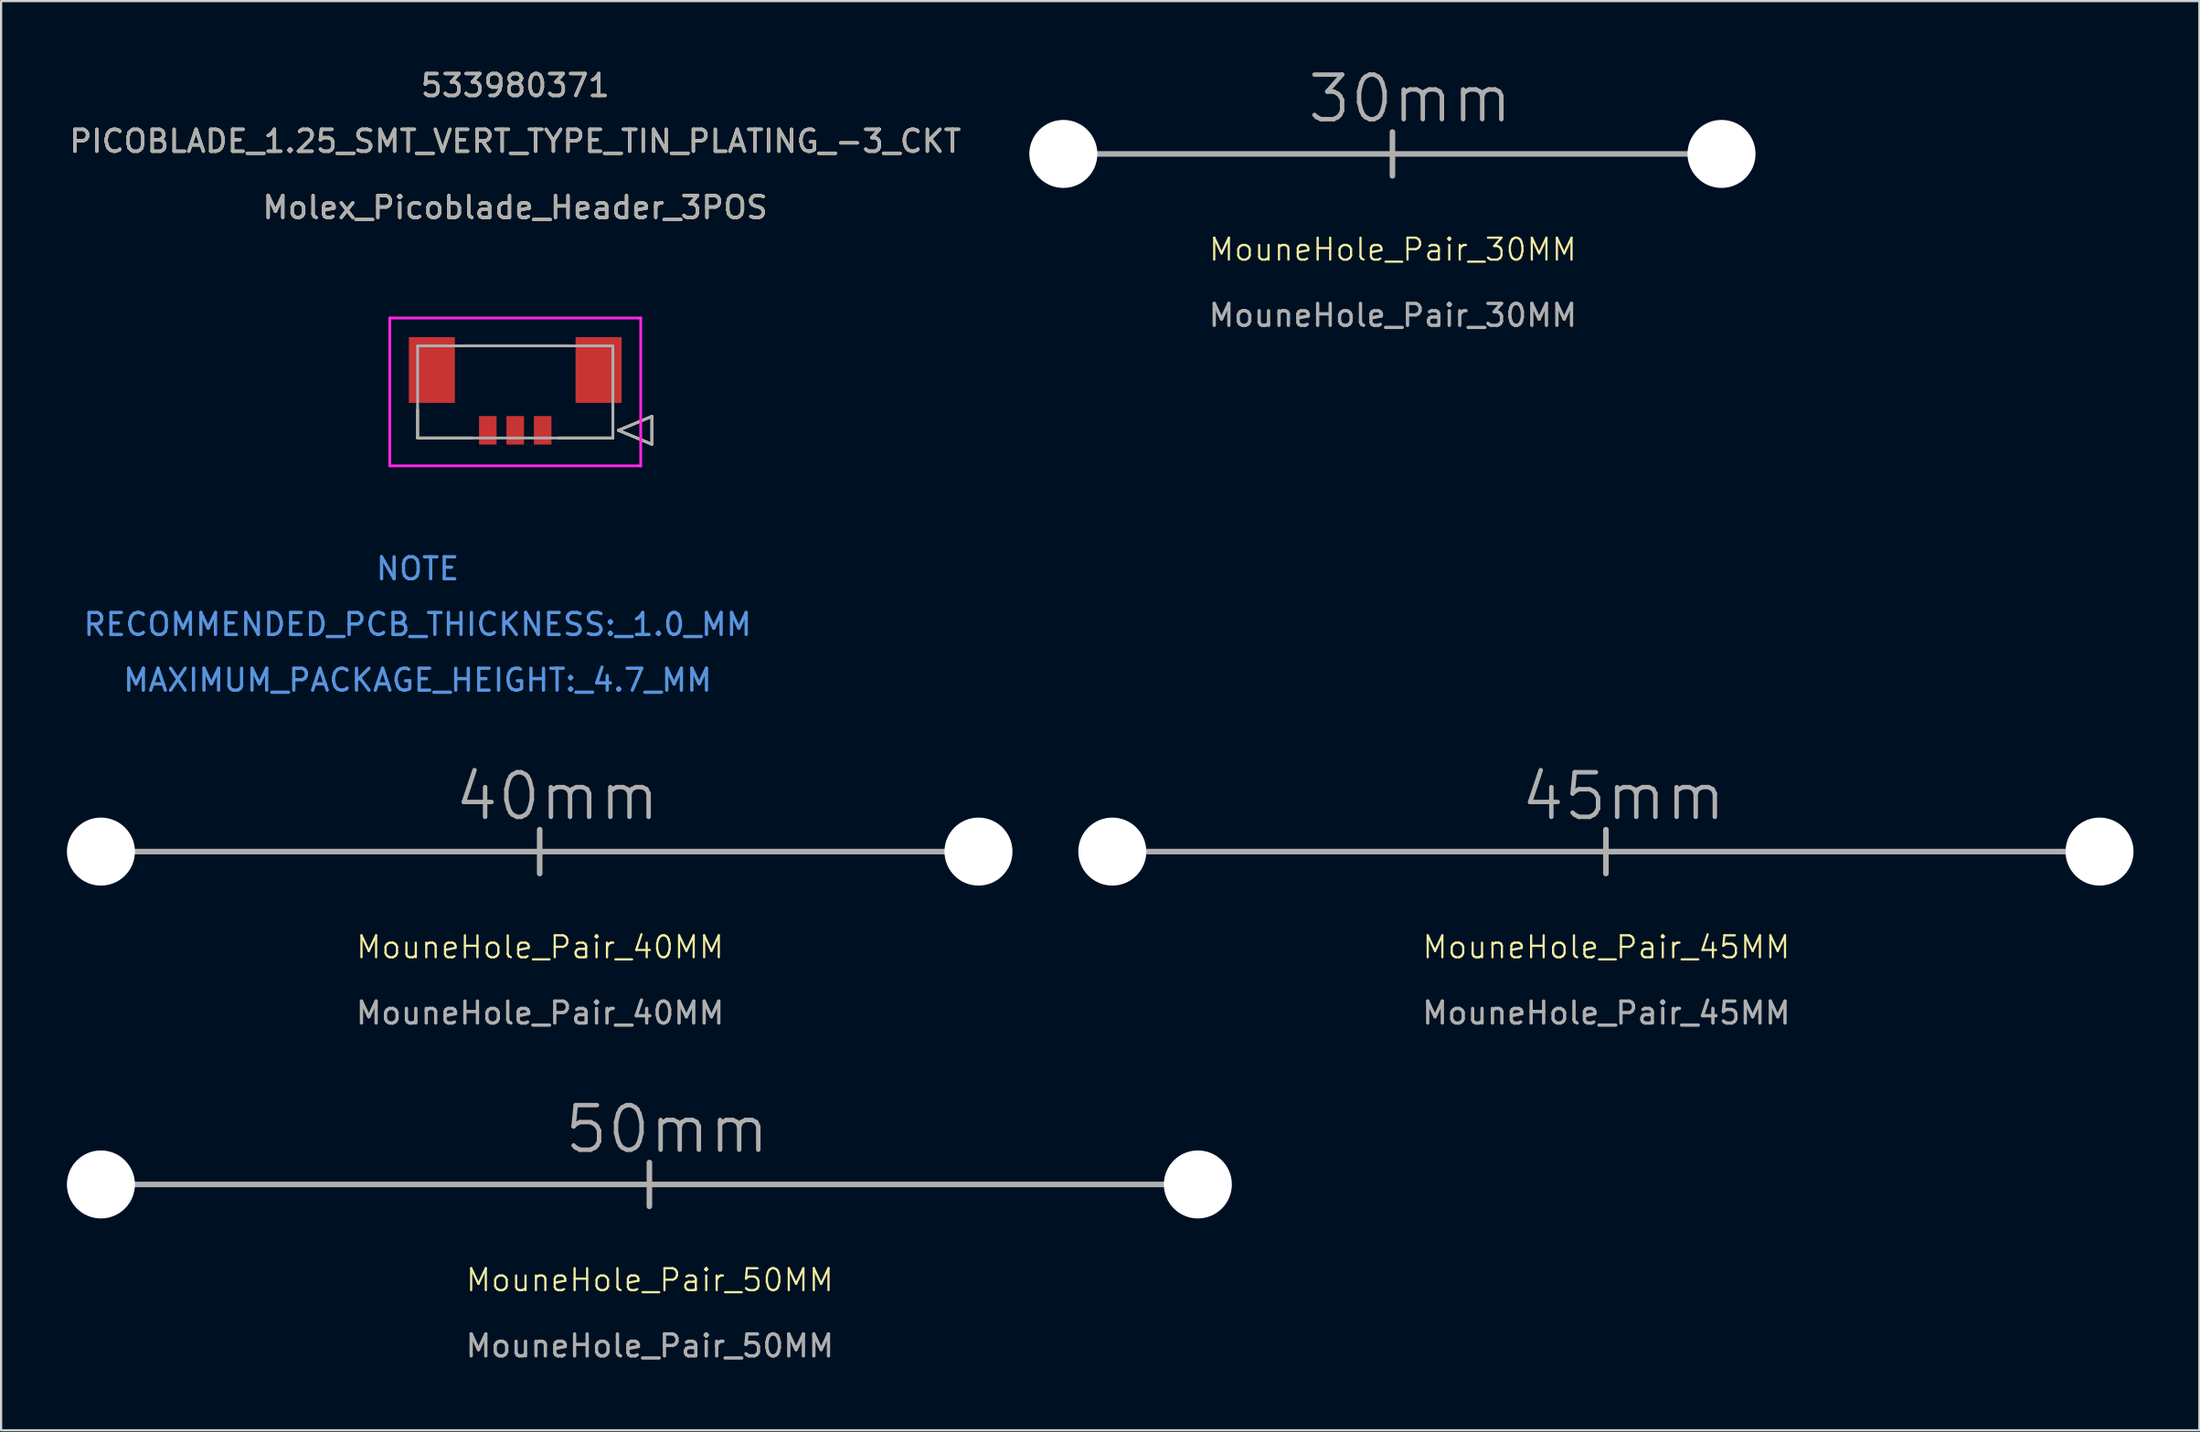
<source format=kicad_pcb>
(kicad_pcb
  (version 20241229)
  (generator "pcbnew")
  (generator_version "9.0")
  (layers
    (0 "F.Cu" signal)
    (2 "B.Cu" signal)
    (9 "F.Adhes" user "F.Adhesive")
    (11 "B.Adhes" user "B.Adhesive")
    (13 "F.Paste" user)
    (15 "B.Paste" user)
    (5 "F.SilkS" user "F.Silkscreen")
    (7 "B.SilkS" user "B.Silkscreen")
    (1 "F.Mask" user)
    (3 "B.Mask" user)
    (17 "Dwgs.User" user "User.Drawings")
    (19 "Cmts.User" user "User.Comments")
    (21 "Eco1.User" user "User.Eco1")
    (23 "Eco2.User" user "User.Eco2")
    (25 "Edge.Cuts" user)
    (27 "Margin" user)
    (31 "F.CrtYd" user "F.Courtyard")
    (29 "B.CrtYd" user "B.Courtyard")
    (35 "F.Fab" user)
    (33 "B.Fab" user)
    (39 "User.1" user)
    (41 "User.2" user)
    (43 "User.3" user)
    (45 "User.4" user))
  (footprint "MouneHole_Pair_45MM"
    (layer "F.Cu")
    (at 70.15 35.773)
    (property "Reference" "MouneHole_Pair_45MM" (at 0.02 4.36 0) (unlocked yes) (layer "F.SilkS") (effects (font (size 1 1) (thickness 0.1))))
    (attr through_hole)
    (fp_line (start -22.5 0) (end 22.5 0) (stroke (width 0.254) (type solid)) (layer "F.Fab"))
    (fp_line (start 0 1) (end 0 -1) (stroke (width 0.254) (type solid)) (layer "F.Fab"))
    (fp_text user "45mm" (at -3.975 -1.325 0) (unlocked yes) (layer "F.Fab") (effects (font (size 2.032 2.032) (thickness 0.203)) (justify left bottom)))
    (fp_text user "${REFERENCE}" (at 0.02 7.36 0) (unlocked yes) (layer "F.Fab") (effects (font (size 1 1) (thickness 0.15))))
    (pad "" np_thru_hole circle (at -22.5 0) (size 3.1 3.1) (drill 3.1) (layers "*.Cu" "*.Mask"))
    (pad "" np_thru_hole circle (at 22.5 0) (size 3.1 3.1) (drill 3.1) (layers "*.Cu" "*.Mask")))
  (footprint "MouneHole_Pair_40MM"
    (layer "F.Cu")
    (at 21.55 35.773)
    (property "Reference" "MouneHole_Pair_40MM" (at 0.02 4.36 0) (unlocked yes) (layer "F.SilkS") (effects (font (size 1 1) (thickness 0.1))))
    (attr through_hole)
    (fp_line (start -20 0) (end 20 0) (stroke (width 0.254) (type solid)) (layer "F.Fab"))
    (fp_line (start 0 1) (end 0 -1) (stroke (width 0.254) (type solid)) (layer "F.Fab"))
    (fp_text user "${REFERENCE}" (at 0.02 7.36 0) (unlocked yes) (layer "F.Fab") (effects (font (size 1 1) (thickness 0.15))))
    (fp_text user "40mm" (at -3.975 -1.325 0) (unlocked yes) (layer "F.Fab") (effects (font (size 2.032 2.032) (thickness 0.203)) (justify left bottom)))
    (pad "" np_thru_hole circle (at -20 0) (size 3.1 3.1) (drill 3.1) (layers "*.Cu" "*.Mask"))
    (pad "" np_thru_hole circle (at 20 0) (size 3.1 3.1) (drill 3.1) (layers "*.Cu" "*.Mask")))
  (footprint "Molex_Picoblade_Header_3POS"
    (layer "F.Cu")
    (at 21.685 16.568)
    (property "Reference" "Molex_Picoblade_Header_3POS" (at -1.25 -10.16 0) (unlocked yes) (layer "F.SilkS") (effects (font (size 1 1) (thickness 0.15))))
    (attr smd)
    (fp_line (start -5.7 -0.93) (end -5.7 0.35) (stroke (width 0.127) (type solid)) (layer "F.SilkS"))
    (fp_line (start -5.7 0.35) (end -3.22 0.35) (stroke (width 0.127) (type solid)) (layer "F.SilkS"))
    (fp_line (start 0.72 0.35) (end 3.2 0.35) (stroke (width 0.127) (type solid)) (layer "F.SilkS"))
    (fp_line (start 1.18 -3.85) (end -3.68 -3.85) (stroke (width 0.127) (type solid)) (layer "F.SilkS"))
    (fp_line (start 3.2 0.35) (end 3.2 -0.93) (stroke (width 0.127) (type solid)) (layer "F.SilkS"))
    (fp_line (start 3.454 0) (end 4.978 -0.635) (stroke (width 0.127) (type solid)) (layer "F.SilkS"))
    (fp_line (start 4.978 -0.635) (end 4.978 0.635) (stroke (width 0.127) (type solid)) (layer "F.SilkS"))
    (fp_line (start 4.978 0.635) (end 3.454 0) (stroke (width 0.127) (type solid)) (layer "F.SilkS"))
    (fp_line (start -6.97 -5.12) (end -6.97 1.62) (stroke (width 0.127) (type solid)) (layer "F.CrtYd"))
    (fp_line (start -6.97 1.62) (end 4.47 1.62) (stroke (width 0.127) (type solid)) (layer "F.CrtYd"))
    (fp_line (start 4.47 -5.12) (end -6.97 -5.12) (stroke (width 0.127) (type solid)) (layer "F.CrtYd"))
    (fp_line (start 4.47 1.62) (end 4.47 -5.12) (stroke (width 0.127) (type solid)) (layer "F.CrtYd"))
    (fp_line (start -5.7 -3.85) (end -5.7 0.35) (stroke (width 0.127) (type solid)) (layer "F.Fab"))
    (fp_line (start -5.7 0.35) (end 3.2 0.35) (stroke (width 0.127) (type solid)) (layer "F.Fab"))
    (fp_line (start 3.2 -3.85) (end -5.7 -3.85) (stroke (width 0.127) (type solid)) (layer "F.Fab"))
    (fp_line (start 3.2 0.35) (end 3.2 -3.85) (stroke (width 0.127) (type solid)) (layer "F.Fab"))
    (fp_line (start 3.454 0) (end 4.978 -0.635) (stroke (width 0.127) (type solid)) (layer "F.Fab"))
    (fp_line (start 4.978 -0.635) (end 4.978 0.635) (stroke (width 0.127) (type solid)) (layer "F.Fab"))
    (fp_line (start 4.978 0.635) (end 3.454 0) (stroke (width 0.127) (type solid)) (layer "F.Fab"))
    (fp_text user "533980371" (at -1.25 -15.72 0) (unlocked yes) (layer "F.SilkS") (effects (font (size 1 1) (thickness 0.15))))
    (fp_text user "PICOBLADE_1.25_SMT_VERT_TYPE_TIN_PLATING_-3_CKT" (at -1.25 -13.18 0) (unlocked yes) (layer "F.SilkS") (effects (font (size 1 1) (thickness 0.15))))
    (fp_text user "RECOMMENDED_PCB_THICKNESS:_1.0_MM" (at -5.7 8.85 0) (unlocked yes) (layer "Cmts.User") (effects (font (size 1 1) (thickness 0.15))))
    (fp_text user "MAXIMUM_PACKAGE_HEIGHT:_4.7_MM" (at -5.7 11.39 0) (unlocked yes) (layer "Cmts.User") (effects (font (size 1 1) (thickness 0.15))))
    (fp_text user "NOTE" (at -5.7 6.31 0) (unlocked yes) (layer "Cmts.User") (effects (font (size 1 1) (thickness 0.15))))
    (fp_text user "PICOBLADE_1.25_SMT_VERT_TYPE_TIN_PLATING_-3_CKT" (at -1.25 -13.18 0) (unlocked yes) (layer "F.Fab") (effects (font (size 1 1) (thickness 0.15))))
    (fp_text user "${REFERENCE}" (at -1.25 -10.16 0) (unlocked yes) (layer "F.Fab") (effects (font (size 1 1) (thickness 0.15))))
    (fp_text user "533980371" (at -1.25 -15.72 0) (unlocked yes) (layer "F.Fab") (effects (font (size 1 1) (thickness 0.15))))
    (pad "1" smd rect (at 0 0) (size 0.8 1.3) (layers "F.Cu" "F.Mask" "F.Paste"))
    (pad "2" smd rect (at -1.25 0) (size 0.8 1.3) (layers "F.Cu" "F.Mask" "F.Paste"))
    (pad "3" smd rect (at -2.5 0) (size 0.8 1.3) (layers "F.Cu" "F.Mask" "F.Paste"))
    (pad "4" smd rect (at 2.55 -2.75) (size 2.1 3) (layers "F.Cu" "F.Mask" "F.Paste"))
    (pad "5" smd rect (at -5.05 -2.75) (size 2.1 3) (layers "F.Cu" "F.Mask" "F.Paste")))
  (footprint "MouneHole_Pair_30MM"
    (layer "F.Cu")
    (at 60.419 3.967)
    (property "Reference" "MouneHole_Pair_30MM" (at 0.02 4.36 0) (unlocked yes) (layer "F.SilkS") (effects (font (size 1 1) (thickness 0.1))))
    (attr through_hole)
    (fp_line (start -15 0) (end 15 0) (stroke (width 0.254) (type solid)) (layer "F.Fab"))
    (fp_line (start 0 1) (end 0 -1) (stroke (width 0.254) (type solid)) (layer "F.Fab"))
    (fp_text user "30mm" (at -3.975 -1.325 0) (unlocked yes) (layer "F.Fab") (effects (font (size 2.032 2.032) (thickness 0.203)) (justify left bottom)))
    (fp_text user "${REFERENCE}" (at 0.02 7.36 0) (unlocked yes) (layer "F.Fab") (effects (font (size 1 1) (thickness 0.15))))
    (pad "" np_thru_hole circle (at -15 0) (size 3.1 3.1) (drill 3.1) (layers "*.Cu" "*.Mask"))
    (pad "" np_thru_hole circle (at 15 0) (size 3.1 3.1) (drill 3.1) (layers "*.Cu" "*.Mask")))
  (footprint "MouneHole_Pair_50MM"
    (layer "F.Cu")
    (at 26.55 50.948)
    (property "Reference" "MouneHole_Pair_50MM" (at 0.02 4.36 0) (unlocked yes) (layer "F.SilkS") (effects (font (size 1 1) (thickness 0.1))))
    (attr through_hole)
    (fp_line (start -25 0) (end 25 0) (stroke (width 0.254) (type solid)) (layer "F.Fab"))
    (fp_line (start 0 1) (end 0 -1) (stroke (width 0.254) (type solid)) (layer "F.Fab"))
    (fp_text user "50mm" (at -3.975 -1.325 0) (unlocked yes) (layer "F.Fab") (effects (font (size 2.032 2.032) (thickness 0.203)) (justify left bottom)))
    (fp_text user "${REFERENCE}" (at 0.02 7.36 0) (unlocked yes) (layer "F.Fab") (effects (font (size 1 1) (thickness 0.15))))
    (pad "" np_thru_hole circle (at -25 0) (size 3.1 3.1) (drill 3.1) (layers "*.Cu" "*.Mask"))
    (pad "" np_thru_hole circle (at 25 0) (size 3.1 3.1) (drill 3.1) (layers "*.Cu" "*.Mask")))
  (gr_rect
    (start -3 -3)
    (end 97.2 62.156)
    (stroke (width 0.1) (type default))
    (fill no)
    (layer "Edge.Cuts")))
</source>
